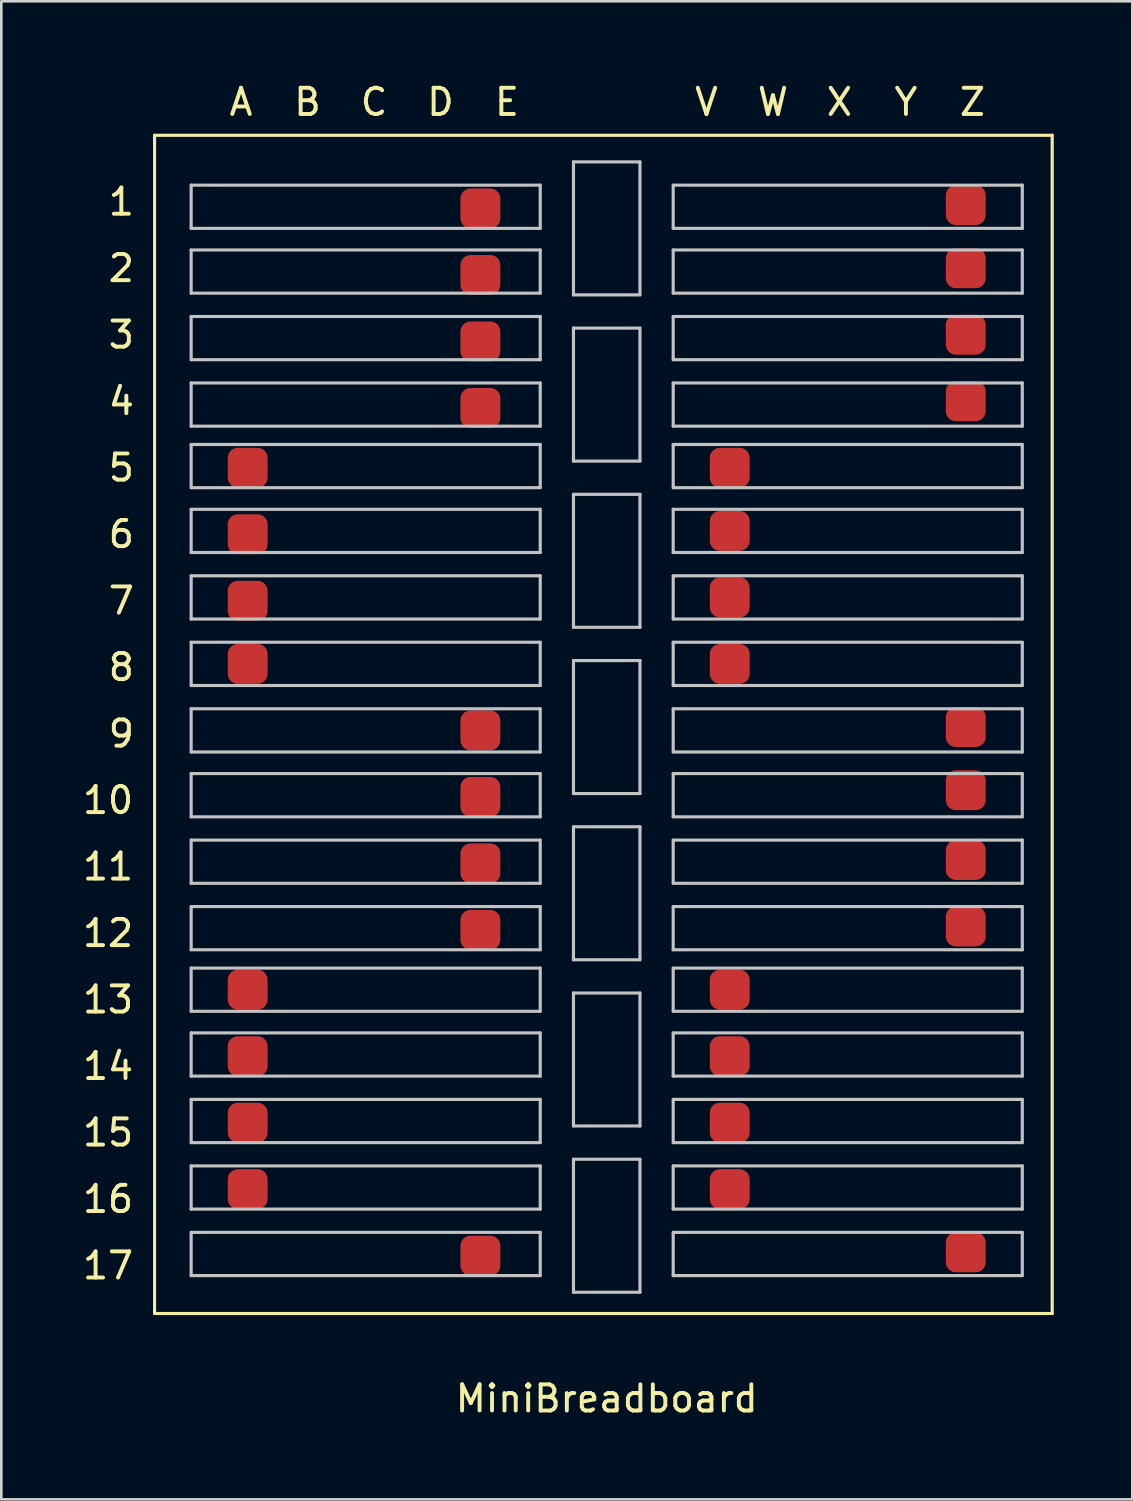
<source format=kicad_pcb>
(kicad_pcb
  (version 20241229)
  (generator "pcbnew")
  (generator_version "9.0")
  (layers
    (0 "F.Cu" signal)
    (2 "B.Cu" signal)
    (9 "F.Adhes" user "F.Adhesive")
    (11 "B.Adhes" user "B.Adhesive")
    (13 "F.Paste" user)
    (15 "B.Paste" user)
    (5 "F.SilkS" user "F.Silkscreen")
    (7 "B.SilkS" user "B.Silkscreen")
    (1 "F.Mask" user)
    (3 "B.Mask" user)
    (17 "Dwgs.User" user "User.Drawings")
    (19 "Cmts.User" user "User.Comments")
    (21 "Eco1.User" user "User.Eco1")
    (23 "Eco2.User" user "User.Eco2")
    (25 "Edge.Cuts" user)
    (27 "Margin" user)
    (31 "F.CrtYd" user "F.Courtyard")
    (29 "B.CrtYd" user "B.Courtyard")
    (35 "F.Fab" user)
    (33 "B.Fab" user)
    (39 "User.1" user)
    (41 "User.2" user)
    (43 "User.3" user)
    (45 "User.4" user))
  (footprint "MiniBreadboard"
    (layer "F.Cu")
    (at 20.127 24.978)
    (property "Reference" "MiniBreadboard" (at 0 25.4 0) (unlocked yes) (layer "F.SilkS") (effects (font (size 1 1) (thickness 0.15))))
    (attr through_hole)
    (fp_line (start -17.272 -22.86) (end 17.018 -22.86) (stroke (width 0.12) (type solid)) (layer "F.SilkS"))
    (fp_line (start -17.272 22.148) (end -17.272 -22.86) (stroke (width 0.12) (type solid)) (layer "F.SilkS"))
    (fp_line (start 17.018 -22.86) (end 17.018 22.148) (stroke (width 0.12) (type solid)) (layer "F.SilkS"))
    (fp_line (start 17.018 22.148) (end -17.272 22.148) (stroke (width 0.12) (type solid)) (layer "F.SilkS"))
    (fp_line (start -15.875 -20.955) (end -15.875 -19.304) (stroke (width 0.12) (type solid)) (layer "Dwgs.User"))
    (fp_line (start -15.875 -20.955) (end -2.54 -20.955) (stroke (width 0.12) (type solid)) (layer "Dwgs.User"))
    (fp_line (start -15.875 -19.304) (end -2.54 -19.304) (stroke (width 0.12) (type solid)) (layer "Dwgs.User"))
    (fp_line (start -15.875 -18.479) (end -15.875 -16.828) (stroke (width 0.12) (type solid)) (layer "Dwgs.User"))
    (fp_line (start -15.875 -18.479) (end -2.54 -18.479) (stroke (width 0.12) (type solid)) (layer "Dwgs.User"))
    (fp_line (start -15.875 -16.828) (end -2.54 -16.828) (stroke (width 0.12) (type solid)) (layer "Dwgs.User"))
    (fp_line (start -15.875 -15.938) (end -15.875 -14.287) (stroke (width 0.12) (type solid)) (layer "Dwgs.User"))
    (fp_line (start -15.875 -15.938) (end -2.54 -15.938) (stroke (width 0.12) (type solid)) (layer "Dwgs.User"))
    (fp_line (start -15.875 -14.287) (end -2.54 -14.287) (stroke (width 0.12) (type solid)) (layer "Dwgs.User"))
    (fp_line (start -15.875 -13.399) (end -15.875 -11.748) (stroke (width 0.12) (type solid)) (layer "Dwgs.User"))
    (fp_line (start -15.875 -13.399) (end -2.54 -13.399) (stroke (width 0.12) (type solid)) (layer "Dwgs.User"))
    (fp_line (start -15.875 -11.748) (end -2.54 -11.748) (stroke (width 0.12) (type solid)) (layer "Dwgs.User"))
    (fp_line (start -15.875 -11.049) (end -15.875 -9.398) (stroke (width 0.12) (type solid)) (layer "Dwgs.User"))
    (fp_line (start -15.875 -11.049) (end -2.54 -11.049) (stroke (width 0.12) (type solid)) (layer "Dwgs.User"))
    (fp_line (start -15.875 -8.572) (end -15.875 -6.921) (stroke (width 0.12) (type solid)) (layer "Dwgs.User"))
    (fp_line (start -15.875 -6.921) (end -2.54 -6.921) (stroke (width 0.12) (type solid)) (layer "Dwgs.User"))
    (fp_line (start -15.875 -6.032) (end -15.875 -4.381) (stroke (width 0.12) (type solid)) (layer "Dwgs.User"))
    (fp_line (start -15.875 -4.381) (end -2.54 -4.381) (stroke (width 0.12) (type solid)) (layer "Dwgs.User"))
    (fp_line (start -15.875 -3.493) (end -15.875 -1.841) (stroke (width 0.12) (type solid)) (layer "Dwgs.User"))
    (fp_line (start -15.875 -1.841) (end -2.54 -1.841) (stroke (width 0.12) (type solid)) (layer "Dwgs.User"))
    (fp_line (start -15.875 -0.953) (end -15.875 0.699) (stroke (width 0.12) (type solid)) (layer "Dwgs.User"))
    (fp_line (start -15.875 1.524) (end -15.875 3.175) (stroke (width 0.12) (type solid)) (layer "Dwgs.User"))
    (fp_line (start -15.875 1.524) (end -2.54 1.524) (stroke (width 0.12) (type solid)) (layer "Dwgs.User"))
    (fp_line (start -15.875 4.064) (end -15.875 5.715) (stroke (width 0.12) (type solid)) (layer "Dwgs.User"))
    (fp_line (start -15.875 4.064) (end -2.54 4.064) (stroke (width 0.12) (type solid)) (layer "Dwgs.User"))
    (fp_line (start -15.875 6.604) (end -15.875 8.255) (stroke (width 0.12) (type solid)) (layer "Dwgs.User"))
    (fp_line (start -15.875 6.604) (end -2.54 6.604) (stroke (width 0.12) (type solid)) (layer "Dwgs.User"))
    (fp_line (start -15.875 8.255) (end -2.54 8.255) (stroke (width 0.12) (type solid)) (layer "Dwgs.User"))
    (fp_line (start -15.875 8.954) (end -15.875 10.604) (stroke (width 0.12) (type solid)) (layer "Dwgs.User"))
    (fp_line (start -15.875 8.954) (end -2.54 8.954) (stroke (width 0.12) (type solid)) (layer "Dwgs.User"))
    (fp_line (start -15.875 11.43) (end -15.875 13.081) (stroke (width 0.12) (type solid)) (layer "Dwgs.User"))
    (fp_line (start -15.875 11.43) (end -2.54 11.43) (stroke (width 0.12) (type solid)) (layer "Dwgs.User"))
    (fp_line (start -15.875 13.97) (end -15.875 15.621) (stroke (width 0.12) (type solid)) (layer "Dwgs.User"))
    (fp_line (start -15.875 13.97) (end -2.54 13.97) (stroke (width 0.12) (type solid)) (layer "Dwgs.User"))
    (fp_line (start -15.875 16.51) (end -15.875 18.161) (stroke (width 0.12) (type solid)) (layer "Dwgs.User"))
    (fp_line (start -15.875 16.51) (end -2.54 16.51) (stroke (width 0.12) (type solid)) (layer "Dwgs.User"))
    (fp_line (start -15.875 19.05) (end -15.875 20.701) (stroke (width 0.12) (type solid)) (layer "Dwgs.User"))
    (fp_line (start -15.875 19.05) (end -2.54 19.05) (stroke (width 0.12) (type solid)) (layer "Dwgs.User"))
    (fp_line (start -2.54 -20.955) (end -2.54 -19.304) (stroke (width 0.12) (type solid)) (layer "Dwgs.User"))
    (fp_line (start -2.54 -18.479) (end -2.54 -16.828) (stroke (width 0.12) (type solid)) (layer "Dwgs.User"))
    (fp_line (start -2.54 -15.938) (end -2.54 -14.287) (stroke (width 0.12) (type solid)) (layer "Dwgs.User"))
    (fp_line (start -2.54 -13.399) (end -2.54 -11.748) (stroke (width 0.12) (type solid)) (layer "Dwgs.User"))
    (fp_line (start -2.54 -11.049) (end -2.54 -9.398) (stroke (width 0.12) (type solid)) (layer "Dwgs.User"))
    (fp_line (start -2.54 -9.398) (end -15.875 -9.398) (stroke (width 0.12) (type solid)) (layer "Dwgs.User"))
    (fp_line (start -2.54 -8.572) (end -15.875 -8.572) (stroke (width 0.12) (type solid)) (layer "Dwgs.User"))
    (fp_line (start -2.54 -8.572) (end -2.54 -6.921) (stroke (width 0.12) (type solid)) (layer "Dwgs.User"))
    (fp_line (start -2.54 -6.032) (end -15.875 -6.032) (stroke (width 0.12) (type solid)) (layer "Dwgs.User"))
    (fp_line (start -2.54 -6.032) (end -2.54 -4.381) (stroke (width 0.12) (type solid)) (layer "Dwgs.User"))
    (fp_line (start -2.54 -3.493) (end -15.875 -3.493) (stroke (width 0.12) (type solid)) (layer "Dwgs.User"))
    (fp_line (start -2.54 -3.493) (end -2.54 -1.841) (stroke (width 0.12) (type solid)) (layer "Dwgs.User"))
    (fp_line (start -2.54 -0.953) (end -15.875 -0.953) (stroke (width 0.12) (type solid)) (layer "Dwgs.User"))
    (fp_line (start -2.54 -0.953) (end -2.54 0.699) (stroke (width 0.12) (type solid)) (layer "Dwgs.User"))
    (fp_line (start -2.54 0.699) (end -15.875 0.699) (stroke (width 0.12) (type solid)) (layer "Dwgs.User"))
    (fp_line (start -2.54 1.524) (end -2.54 3.175) (stroke (width 0.12) (type solid)) (layer "Dwgs.User"))
    (fp_line (start -2.54 3.175) (end -15.875 3.175) (stroke (width 0.12) (type solid)) (layer "Dwgs.User"))
    (fp_line (start -2.54 4.064) (end -2.54 5.715) (stroke (width 0.12) (type solid)) (layer "Dwgs.User"))
    (fp_line (start -2.54 5.715) (end -15.875 5.715) (stroke (width 0.12) (type solid)) (layer "Dwgs.User"))
    (fp_line (start -2.54 6.604) (end -2.54 8.255) (stroke (width 0.12) (type solid)) (layer "Dwgs.User"))
    (fp_line (start -2.54 8.954) (end -2.54 10.604) (stroke (width 0.12) (type solid)) (layer "Dwgs.User"))
    (fp_line (start -2.54 10.604) (end -15.875 10.604) (stroke (width 0.12) (type solid)) (layer "Dwgs.User"))
    (fp_line (start -2.54 11.43) (end -2.54 13.081) (stroke (width 0.12) (type solid)) (layer "Dwgs.User"))
    (fp_line (start -2.54 13.081) (end -15.875 13.081) (stroke (width 0.12) (type solid)) (layer "Dwgs.User"))
    (fp_line (start -2.54 13.97) (end -2.54 15.621) (stroke (width 0.12) (type solid)) (layer "Dwgs.User"))
    (fp_line (start -2.54 15.621) (end -15.875 15.621) (stroke (width 0.12) (type solid)) (layer "Dwgs.User"))
    (fp_line (start -2.54 16.51) (end -2.54 18.161) (stroke (width 0.12) (type solid)) (layer "Dwgs.User"))
    (fp_line (start -2.54 18.161) (end -15.875 18.161) (stroke (width 0.12) (type solid)) (layer "Dwgs.User"))
    (fp_line (start -2.54 19.05) (end -2.54 20.701) (stroke (width 0.12) (type solid)) (layer "Dwgs.User"))
    (fp_line (start -2.54 20.701) (end -15.875 20.701) (stroke (width 0.12) (type solid)) (layer "Dwgs.User"))
    (fp_line (start -1.27 -21.844) (end 1.27 -21.844) (stroke (width 0.12) (type solid)) (layer "Dwgs.User"))
    (fp_line (start -1.27 -16.764) (end -1.27 -21.844) (stroke (width 0.12) (type solid)) (layer "Dwgs.User"))
    (fp_line (start -1.27 -15.494) (end 1.27 -15.494) (stroke (width 0.12) (type solid)) (layer "Dwgs.User"))
    (fp_line (start -1.27 -10.414) (end -1.27 -15.494) (stroke (width 0.12) (type solid)) (layer "Dwgs.User"))
    (fp_line (start -1.27 -9.144) (end 1.27 -9.144) (stroke (width 0.12) (type solid)) (layer "Dwgs.User"))
    (fp_line (start -1.27 -4.064) (end -1.27 -9.144) (stroke (width 0.12) (type solid)) (layer "Dwgs.User"))
    (fp_line (start -1.27 -2.794) (end 1.27 -2.794) (stroke (width 0.12) (type solid)) (layer "Dwgs.User"))
    (fp_line (start -1.27 2.286) (end -1.27 -2.794) (stroke (width 0.12) (type solid)) (layer "Dwgs.User"))
    (fp_line (start -1.27 3.556) (end 1.27 3.556) (stroke (width 0.12) (type solid)) (layer "Dwgs.User"))
    (fp_line (start -1.27 8.636) (end -1.27 3.556) (stroke (width 0.12) (type solid)) (layer "Dwgs.User"))
    (fp_line (start -1.27 9.906) (end 1.27 9.906) (stroke (width 0.12) (type solid)) (layer "Dwgs.User"))
    (fp_line (start -1.27 14.986) (end -1.27 9.906) (stroke (width 0.12) (type solid)) (layer "Dwgs.User"))
    (fp_line (start -1.27 16.256) (end 1.27 16.256) (stroke (width 0.12) (type solid)) (layer "Dwgs.User"))
    (fp_line (start -1.27 21.336) (end -1.27 16.256) (stroke (width 0.12) (type solid)) (layer "Dwgs.User"))
    (fp_line (start 1.27 -21.844) (end 1.27 -16.764) (stroke (width 0.12) (type solid)) (layer "Dwgs.User"))
    (fp_line (start 1.27 -16.764) (end -1.27 -16.764) (stroke (width 0.12) (type solid)) (layer "Dwgs.User"))
    (fp_line (start 1.27 -15.494) (end 1.27 -10.414) (stroke (width 0.12) (type solid)) (layer "Dwgs.User"))
    (fp_line (start 1.27 -10.414) (end -1.27 -10.414) (stroke (width 0.12) (type solid)) (layer "Dwgs.User"))
    (fp_line (start 1.27 -9.144) (end 1.27 -4.064) (stroke (width 0.12) (type solid)) (layer "Dwgs.User"))
    (fp_line (start 1.27 -4.064) (end -1.27 -4.064) (stroke (width 0.12) (type solid)) (layer "Dwgs.User"))
    (fp_line (start 1.27 -2.794) (end 1.27 2.286) (stroke (width 0.12) (type solid)) (layer "Dwgs.User"))
    (fp_line (start 1.27 2.286) (end -1.27 2.286) (stroke (width 0.12) (type solid)) (layer "Dwgs.User"))
    (fp_line (start 1.27 3.556) (end 1.27 8.636) (stroke (width 0.12) (type solid)) (layer "Dwgs.User"))
    (fp_line (start 1.27 8.636) (end -1.27 8.636) (stroke (width 0.12) (type solid)) (layer "Dwgs.User"))
    (fp_line (start 1.27 9.906) (end 1.27 14.986) (stroke (width 0.12) (type solid)) (layer "Dwgs.User"))
    (fp_line (start 1.27 14.986) (end -1.27 14.986) (stroke (width 0.12) (type solid)) (layer "Dwgs.User"))
    (fp_line (start 1.27 16.256) (end 1.27 21.336) (stroke (width 0.12) (type solid)) (layer "Dwgs.User"))
    (fp_line (start 1.27 21.336) (end -1.27 21.336) (stroke (width 0.12) (type solid)) (layer "Dwgs.User"))
    (fp_line (start 2.54 -20.955) (end 2.54 -19.304) (stroke (width 0.12) (type solid)) (layer "Dwgs.User"))
    (fp_line (start 2.54 -20.955) (end 15.875 -20.955) (stroke (width 0.12) (type solid)) (layer "Dwgs.User"))
    (fp_line (start 2.54 -19.304) (end 15.875 -19.304) (stroke (width 0.12) (type solid)) (layer "Dwgs.User"))
    (fp_line (start 2.54 -18.479) (end 2.54 -16.828) (stroke (width 0.12) (type solid)) (layer "Dwgs.User"))
    (fp_line (start 2.54 -18.479) (end 15.875 -18.479) (stroke (width 0.12) (type solid)) (layer "Dwgs.User"))
    (fp_line (start 2.54 -16.828) (end 15.875 -16.828) (stroke (width 0.12) (type solid)) (layer "Dwgs.User"))
    (fp_line (start 2.54 -15.938) (end 2.54 -14.287) (stroke (width 0.12) (type solid)) (layer "Dwgs.User"))
    (fp_line (start 2.54 -15.938) (end 15.875 -15.938) (stroke (width 0.12) (type solid)) (layer "Dwgs.User"))
    (fp_line (start 2.54 -14.287) (end 15.875 -14.287) (stroke (width 0.12) (type solid)) (layer "Dwgs.User"))
    (fp_line (start 2.54 -13.399) (end 2.54 -11.748) (stroke (width 0.12) (type solid)) (layer "Dwgs.User"))
    (fp_line (start 2.54 -13.399) (end 15.875 -13.399) (stroke (width 0.12) (type solid)) (layer "Dwgs.User"))
    (fp_line (start 2.54 -11.748) (end 15.875 -11.748) (stroke (width 0.12) (type solid)) (layer "Dwgs.User"))
    (fp_line (start 2.54 -11.049) (end 2.54 -9.398) (stroke (width 0.12) (type solid)) (layer "Dwgs.User"))
    (fp_line (start 2.54 -11.049) (end 15.875 -11.049) (stroke (width 0.12) (type solid)) (layer "Dwgs.User"))
    (fp_line (start 2.54 -8.572) (end 2.54 -6.921) (stroke (width 0.12) (type solid)) (layer "Dwgs.User"))
    (fp_line (start 2.54 -6.921) (end 15.875 -6.921) (stroke (width 0.12) (type solid)) (layer "Dwgs.User"))
    (fp_line (start 2.54 -6.032) (end 2.54 -4.381) (stroke (width 0.12) (type solid)) (layer "Dwgs.User"))
    (fp_line (start 2.54 -4.381) (end 15.875 -4.381) (stroke (width 0.12) (type solid)) (layer "Dwgs.User"))
    (fp_line (start 2.54 -3.493) (end 2.54 -1.841) (stroke (width 0.12) (type solid)) (layer "Dwgs.User"))
    (fp_line (start 2.54 -1.841) (end 15.875 -1.841) (stroke (width 0.12) (type solid)) (layer "Dwgs.User"))
    (fp_line (start 2.54 -0.953) (end 2.54 0.699) (stroke (width 0.12) (type solid)) (layer "Dwgs.User"))
    (fp_line (start 2.54 1.524) (end 2.54 3.175) (stroke (width 0.12) (type solid)) (layer "Dwgs.User"))
    (fp_line (start 2.54 1.524) (end 15.875 1.524) (stroke (width 0.12) (type solid)) (layer "Dwgs.User"))
    (fp_line (start 2.54 4.064) (end 2.54 5.715) (stroke (width 0.12) (type solid)) (layer "Dwgs.User"))
    (fp_line (start 2.54 4.064) (end 15.875 4.064) (stroke (width 0.12) (type solid)) (layer "Dwgs.User"))
    (fp_line (start 2.54 6.604) (end 2.54 8.255) (stroke (width 0.12) (type solid)) (layer "Dwgs.User"))
    (fp_line (start 2.54 6.604) (end 15.875 6.604) (stroke (width 0.12) (type solid)) (layer "Dwgs.User"))
    (fp_line (start 2.54 8.255) (end 15.875 8.255) (stroke (width 0.12) (type solid)) (layer "Dwgs.User"))
    (fp_line (start 2.54 8.954) (end 2.54 10.604) (stroke (width 0.12) (type solid)) (layer "Dwgs.User"))
    (fp_line (start 2.54 8.954) (end 15.875 8.954) (stroke (width 0.12) (type solid)) (layer "Dwgs.User"))
    (fp_line (start 2.54 11.43) (end 2.54 13.081) (stroke (width 0.12) (type solid)) (layer "Dwgs.User"))
    (fp_line (start 2.54 11.43) (end 15.875 11.43) (stroke (width 0.12) (type solid)) (layer "Dwgs.User"))
    (fp_line (start 2.54 13.97) (end 2.54 15.621) (stroke (width 0.12) (type solid)) (layer "Dwgs.User"))
    (fp_line (start 2.54 13.97) (end 15.875 13.97) (stroke (width 0.12) (type solid)) (layer "Dwgs.User"))
    (fp_line (start 2.54 16.51) (end 2.54 18.161) (stroke (width 0.12) (type solid)) (layer "Dwgs.User"))
    (fp_line (start 2.54 16.51) (end 15.875 16.51) (stroke (width 0.12) (type solid)) (layer "Dwgs.User"))
    (fp_line (start 2.54 19.05) (end 2.54 20.701) (stroke (width 0.12) (type solid)) (layer "Dwgs.User"))
    (fp_line (start 2.54 19.05) (end 15.875 19.05) (stroke (width 0.12) (type solid)) (layer "Dwgs.User"))
    (fp_line (start 15.875 -20.955) (end 15.875 -19.304) (stroke (width 0.12) (type solid)) (layer "Dwgs.User"))
    (fp_line (start 15.875 -18.479) (end 15.875 -16.828) (stroke (width 0.12) (type solid)) (layer "Dwgs.User"))
    (fp_line (start 15.875 -15.938) (end 15.875 -14.287) (stroke (width 0.12) (type solid)) (layer "Dwgs.User"))
    (fp_line (start 15.875 -13.399) (end 15.875 -11.748) (stroke (width 0.12) (type solid)) (layer "Dwgs.User"))
    (fp_line (start 15.875 -11.049) (end 15.875 -9.398) (stroke (width 0.12) (type solid)) (layer "Dwgs.User"))
    (fp_line (start 15.875 -9.398) (end 2.54 -9.398) (stroke (width 0.12) (type solid)) (layer "Dwgs.User"))
    (fp_line (start 15.875 -8.572) (end 2.54 -8.572) (stroke (width 0.12) (type solid)) (layer "Dwgs.User"))
    (fp_line (start 15.875 -8.572) (end 15.875 -6.921) (stroke (width 0.12) (type solid)) (layer "Dwgs.User"))
    (fp_line (start 15.875 -6.032) (end 2.54 -6.032) (stroke (width 0.12) (type solid)) (layer "Dwgs.User"))
    (fp_line (start 15.875 -6.032) (end 15.875 -4.381) (stroke (width 0.12) (type solid)) (layer "Dwgs.User"))
    (fp_line (start 15.875 -3.493) (end 2.54 -3.493) (stroke (width 0.12) (type solid)) (layer "Dwgs.User"))
    (fp_line (start 15.875 -3.493) (end 15.875 -1.841) (stroke (width 0.12) (type solid)) (layer "Dwgs.User"))
    (fp_line (start 15.875 -0.953) (end 2.54 -0.953) (stroke (width 0.12) (type solid)) (layer "Dwgs.User"))
    (fp_line (start 15.875 -0.953) (end 15.875 0.699) (stroke (width 0.12) (type solid)) (layer "Dwgs.User"))
    (fp_line (start 15.875 0.699) (end 2.54 0.699) (stroke (width 0.12) (type solid)) (layer "Dwgs.User"))
    (fp_line (start 15.875 1.524) (end 15.875 3.175) (stroke (width 0.12) (type solid)) (layer "Dwgs.User"))
    (fp_line (start 15.875 3.175) (end 2.54 3.175) (stroke (width 0.12) (type solid)) (layer "Dwgs.User"))
    (fp_line (start 15.875 4.064) (end 15.875 5.715) (stroke (width 0.12) (type solid)) (layer "Dwgs.User"))
    (fp_line (start 15.875 5.715) (end 2.54 5.715) (stroke (width 0.12) (type solid)) (layer "Dwgs.User"))
    (fp_line (start 15.875 6.604) (end 15.875 8.255) (stroke (width 0.12) (type solid)) (layer "Dwgs.User"))
    (fp_line (start 15.875 8.954) (end 15.875 10.604) (stroke (width 0.12) (type solid)) (layer "Dwgs.User"))
    (fp_line (start 15.875 10.604) (end 2.54 10.604) (stroke (width 0.12) (type solid)) (layer "Dwgs.User"))
    (fp_line (start 15.875 11.43) (end 15.875 13.081) (stroke (width 0.12) (type solid)) (layer "Dwgs.User"))
    (fp_line (start 15.875 13.081) (end 2.54 13.081) (stroke (width 0.12) (type solid)) (layer "Dwgs.User"))
    (fp_line (start 15.875 13.97) (end 15.875 15.621) (stroke (width 0.12) (type solid)) (layer "Dwgs.User"))
    (fp_line (start 15.875 15.621) (end 2.54 15.621) (stroke (width 0.12) (type solid)) (layer "Dwgs.User"))
    (fp_line (start 15.875 16.51) (end 15.875 18.161) (stroke (width 0.12) (type solid)) (layer "Dwgs.User"))
    (fp_line (start 15.875 18.161) (end 2.54 18.161) (stroke (width 0.12) (type solid)) (layer "Dwgs.User"))
    (fp_line (start 15.875 19.05) (end 15.875 20.701) (stroke (width 0.12) (type solid)) (layer "Dwgs.User"))
    (fp_line (start 15.875 20.701) (end 2.54 20.701) (stroke (width 0.12) (type solid)) (layer "Dwgs.User"))
    (fp_text user "E" (at -3.81 -24.13 0) (unlocked yes) (layer "F.SilkS") (effects (font (size 1 1) (thickness 0.15))))
    (fp_text user "Y" (at 11.43 -24.13 0) (unlocked yes) (layer "F.SilkS") (effects (font (size 1 1) (thickness 0.15))))
    (fp_text user "12" (at -19.05 7.62 0) (unlocked yes) (layer "F.SilkS") (effects (font (size 1 1) (thickness 0.15))))
    (fp_text user "A" (at -13.97 -24.13 0) (unlocked yes) (layer "F.SilkS") (effects (font (size 1 1) (thickness 0.15))))
    (fp_text user "3" (at -18.542 -15.24 0) (unlocked yes) (layer "F.SilkS") (effects (font (size 1 1) (thickness 0.15))))
    (fp_text user "5" (at -18.542 -10.16 0) (unlocked yes) (layer "F.SilkS") (effects (font (size 1 1) (thickness 0.15))))
    (fp_text user "V" (at 3.81 -24.13 0) (unlocked yes) (layer "F.SilkS") (effects (font (size 1 1) (thickness 0.15))))
    (fp_text user "1" (at -18.542 -20.32 0) (unlocked yes) (layer "F.SilkS") (effects (font (size 1 1) (thickness 0.15))))
    (fp_text user "2" (at -18.542 -17.78 0) (unlocked yes) (layer "F.SilkS") (effects (font (size 1 1) (thickness 0.15))))
    (fp_text user "8" (at -18.542 -2.54 0) (unlocked yes) (layer "F.SilkS") (effects (font (size 1 1) (thickness 0.15))))
    (fp_text user "17" (at -19.05 20.32 0) (unlocked yes) (layer "F.SilkS") (effects (font (size 1 1) (thickness 0.15))))
    (fp_text user "B" (at -11.43 -24.13 0) (unlocked yes) (layer "F.SilkS") (effects (font (size 1 1) (thickness 0.15))))
    (fp_text user "14" (at -19.05 12.7 0) (unlocked yes) (layer "F.SilkS") (effects (font (size 1 1) (thickness 0.15))))
    (fp_text user "X" (at 8.89 -24.13 0) (unlocked yes) (layer "F.SilkS") (effects (font (size 1 1) (thickness 0.15))))
    (fp_text user "D" (at -6.35 -24.13 0) (unlocked yes) (layer "F.SilkS") (effects (font (size 1 1) (thickness 0.15))))
    (fp_text user "4" (at -18.542 -12.7 0) (unlocked yes) (layer "F.SilkS") (effects (font (size 1 1) (thickness 0.15))))
    (fp_text user "7" (at -18.542 -5.08 0) (unlocked yes) (layer "F.SilkS") (effects (font (size 1 1) (thickness 0.15))))
    (fp_text user "10" (at -19.05 2.54 0) (unlocked yes) (layer "F.SilkS") (effects (font (size 1 1) (thickness 0.15))))
    (fp_text user "W" (at 6.35 -24.13 0) (unlocked yes) (layer "F.SilkS") (effects (font (size 1 1) (thickness 0.15))))
    (fp_text user "C" (at -8.89 -24.13 0) (unlocked yes) (layer "F.SilkS") (effects (font (size 1 1) (thickness 0.15))))
    (fp_text user "15" (at -19.05 15.24 0) (unlocked yes) (layer "F.SilkS") (effects (font (size 1 1) (thickness 0.15))))
    (fp_text user "13" (at -19.05 10.16 0) (unlocked yes) (layer "F.SilkS") (effects (font (size 1 1) (thickness 0.15))))
    (fp_text user "Z" (at 13.97 -24.13 0) (unlocked yes) (layer "F.SilkS") (effects (font (size 1 1) (thickness 0.15))))
    (fp_text user "9" (at -18.542 0 0) (unlocked yes) (layer "F.SilkS") (effects (font (size 1 1) (thickness 0.15))))
    (fp_text user "16" (at -19.05 17.78 0) (unlocked yes) (layer "F.SilkS") (effects (font (size 1 1) (thickness 0.15))))
    (fp_text user "6" (at -18.542 -7.62 0) (unlocked yes) (layer "F.SilkS") (effects (font (size 1 1) (thickness 0.15))))
    (fp_text user "11" (at -19.05 5.08 0) (unlocked yes) (layer "F.SilkS") (effects (font (size 1 1) (thickness 0.15))))
    (pad "1" smd roundrect (at -4.826 -20.066) (size 1.524 1.524) (layers "F.Cu" "F.Mask" "F.Paste") (roundrect_rratio 0.25))
    (pad "2" smd roundrect (at -4.826 -17.526) (size 1.524 1.524) (layers "F.Cu" "F.Mask" "F.Paste") (roundrect_rratio 0.25))
    (pad "3" smd roundrect (at -4.826 -14.986) (size 1.524 1.524) (layers "F.Cu" "F.Mask" "F.Paste") (roundrect_rratio 0.25))
    (pad "4" smd roundrect (at -4.826 -12.446) (size 1.524 1.524) (layers "F.Cu" "F.Mask" "F.Paste") (roundrect_rratio 0.25))
    (pad "5" smd roundrect (at -13.716 -10.16) (size 1.524 1.524) (layers "F.Cu" "F.Mask" "F.Paste") (roundrect_rratio 0.25))
    (pad "6" smd roundrect (at -13.716 -7.62) (size 1.524 1.524) (layers "F.Cu" "F.Mask" "F.Paste") (roundrect_rratio 0.25))
    (pad "7" smd roundrect (at -13.716 -5.08) (size 1.524 1.524) (layers "F.Cu" "F.Mask" "F.Paste") (roundrect_rratio 0.25))
    (pad "8" smd roundrect (at -13.716 -2.667) (size 1.524 1.524) (layers "F.Cu" "F.Mask" "F.Paste") (roundrect_rratio 0.25))
    (pad "9" smd roundrect (at -4.826 -0.127) (size 1.524 1.524) (layers "F.Cu" "F.Mask" "F.Paste") (roundrect_rratio 0.25))
    (pad "10" smd roundrect (at -4.826 2.413) (size 1.524 1.524) (layers "F.Cu" "F.Mask" "F.Paste") (roundrect_rratio 0.25))
    (pad "11" smd roundrect (at -4.826 4.953) (size 1.524 1.524) (layers "F.Cu" "F.Mask" "F.Paste") (roundrect_rratio 0.25))
    (pad "12" smd roundrect (at -4.826 7.493) (size 1.524 1.524) (layers "F.Cu" "F.Mask" "F.Paste") (roundrect_rratio 0.25))
    (pad "13" smd roundrect (at -13.716 9.779) (size 1.524 1.524) (layers "F.Cu" "F.Mask" "F.Paste") (roundrect_rratio 0.25))
    (pad "14" smd roundrect (at -13.716 12.319) (size 1.524 1.524) (layers "F.Cu" "F.Mask" "F.Paste") (roundrect_rratio 0.25))
    (pad "15" smd roundrect (at -13.716 14.859) (size 1.524 1.524) (layers "F.Cu" "F.Mask" "F.Paste") (roundrect_rratio 0.25))
    (pad "16" smd roundrect (at -13.716 17.399) (size 1.524 1.524) (layers "F.Cu" "F.Mask" "F.Paste") (roundrect_rratio 0.25))
    (pad "17" smd roundrect (at -4.826 19.939) (size 1.524 1.524) (layers "F.Cu" "F.Mask" "F.Paste") (roundrect_rratio 0.25))
    (pad "18" smd roundrect (at 13.716 -20.193) (size 1.524 1.524) (layers "F.Cu" "F.Mask" "F.Paste") (roundrect_rratio 0.25))
    (pad "19" smd roundrect (at 13.716 -17.78) (size 1.524 1.524) (layers "F.Cu" "F.Mask" "F.Paste") (roundrect_rratio 0.25))
    (pad "20" smd roundrect (at 13.716 -15.24) (size 1.524 1.524) (layers "F.Cu" "F.Mask" "F.Paste") (roundrect_rratio 0.25))
    (pad "21" smd roundrect (at 13.716 -12.7) (size 1.524 1.524) (layers "F.Cu" "F.Mask" "F.Paste") (roundrect_rratio 0.25))
    (pad "22" smd roundrect (at 4.699 -10.16) (size 1.524 1.524) (layers "F.Cu" "F.Mask" "F.Paste") (roundrect_rratio 0.25))
    (pad "23" smd roundrect (at 4.699 -7.747) (size 1.524 1.524) (layers "F.Cu" "F.Mask" "F.Paste") (roundrect_rratio 0.25))
    (pad "24" smd roundrect (at 4.699 -5.207) (size 1.524 1.524) (layers "F.Cu" "F.Mask" "F.Paste") (roundrect_rratio 0.25))
    (pad "25" smd roundrect (at 4.699 -2.667) (size 1.524 1.524) (layers "F.Cu" "F.Mask" "F.Paste") (roundrect_rratio 0.25))
    (pad "26" smd roundrect (at 13.716 -0.254) (size 1.524 1.524) (layers "F.Cu" "F.Mask" "F.Paste") (roundrect_rratio 0.25))
    (pad "27" smd roundrect (at 13.716 2.159) (size 1.524 1.524) (layers "F.Cu" "F.Mask" "F.Paste") (roundrect_rratio 0.25))
    (pad "28" smd roundrect (at 13.716 4.826) (size 1.524 1.524) (layers "F.Cu" "F.Mask" "F.Paste") (roundrect_rratio 0.25))
    (pad "29" smd roundrect (at 13.716 7.366) (size 1.524 1.524) (layers "F.Cu" "F.Mask" "F.Paste") (roundrect_rratio 0.25))
    (pad "30" smd roundrect (at 4.699 9.779) (size 1.524 1.524) (layers "F.Cu" "F.Mask" "F.Paste") (roundrect_rratio 0.25))
    (pad "31" smd roundrect (at 4.699 12.319) (size 1.524 1.524) (layers "F.Cu" "F.Mask" "F.Paste") (roundrect_rratio 0.25))
    (pad "32" smd roundrect (at 4.699 14.859) (size 1.524 1.524) (layers "F.Cu" "F.Mask" "F.Paste") (roundrect_rratio 0.25))
    (pad "33" smd roundrect (at 4.699 17.399) (size 1.524 1.524) (layers "F.Cu" "F.Mask" "F.Paste") (roundrect_rratio 0.25))
    (pad "34" smd roundrect (at 13.716 19.812) (size 1.524 1.524) (layers "F.Cu" "F.Mask" "F.Paste") (roundrect_rratio 0.25)))
  (gr_rect
    (start -3 -3)
    (end 40.205 54.227)
    (stroke (width 0.1) (type default))
    (fill no)
    (layer "Edge.Cuts")))
</source>
